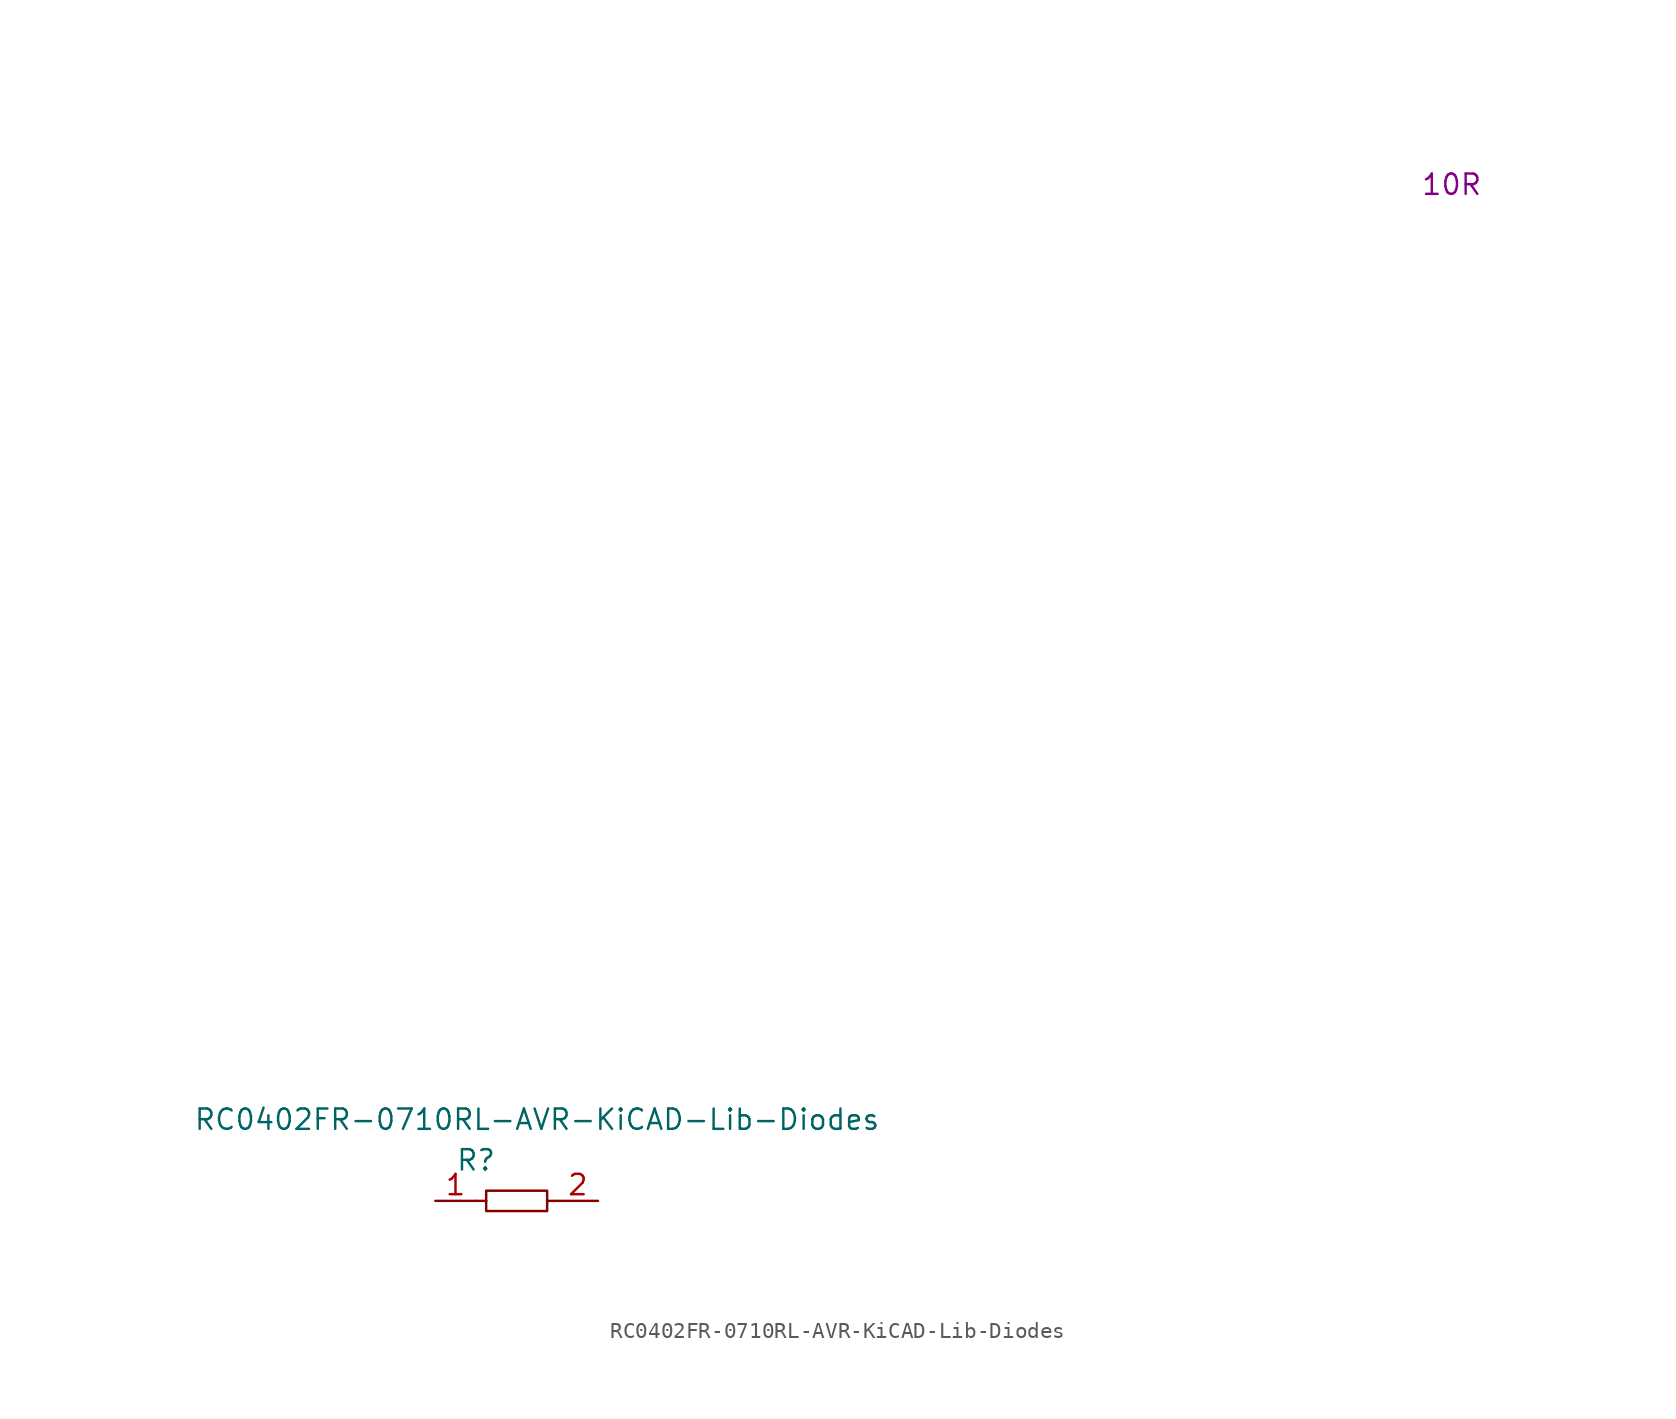
<source format=kicad_sym>
(kicad_symbol_lib
  (version 20231120)
  (generator "kicad_symbol_editor")
  (generator_version "8.0")
  (symbol "RC0402FR-0710RL-AVR-KiCAD-Lib-Diodes"
    (pin_names
      (offset 1.016))
    (property "Reference" "R"
      (at -2.54 2.54 0)
      (effects (font (size 1.27 1.27))))
    (property "Value" "RC0402FR-0710RL-AVR-KiCAD-Lib-Diodes"
      (at 1.27 5.08 0)
      (effects (font (size 1.27 1.27))))
    (property "_Value_" "10R"
      (at 58.42 63.5 0)
      (effects (font (size 1.27 1.27))))
    (symbol "RC0402FR-0710RL-AVR-KiCAD-Lib-Diodes_0_1"
      (rectangle (start -1.905 0.635) (end 1.905 -0.635) (stroke (width 0) (type solid)) (fill (type none)))
      (polyline (pts (xy -2.54 0) (xy -1.905 0)) (stroke (width 0) (type solid)) (fill (type none)))
      (polyline (pts (xy -1.905 0) (xy -1.905 0)) (stroke (width 0) (type solid)) (fill (type none)))
      (polyline (pts (xy 1.905 0) (xy 1.905 0)) (stroke (width 0) (type solid)) (fill (type none)))
      (polyline (pts (xy 2.54 0) (xy 1.905 0)) (stroke (width 0) (type solid)) (fill (type none))))
    (symbol "RC0402FR-0710RL-AVR-KiCAD-Lib-Diodes_1_1"
      (pin passive line (at -5.08 0 0) (length 2.515) (name "~" (effects (font (size 1.27 1.27)))) (number "1" (effects (font (size 1.27 1.27)))))
      (pin passive line (at 5.08 0 180) (length 2.515) (name "~" (effects (font (size 1.27 1.27)))) (number "2" (effects (font (size 1.27 1.27))))))))
</source>
